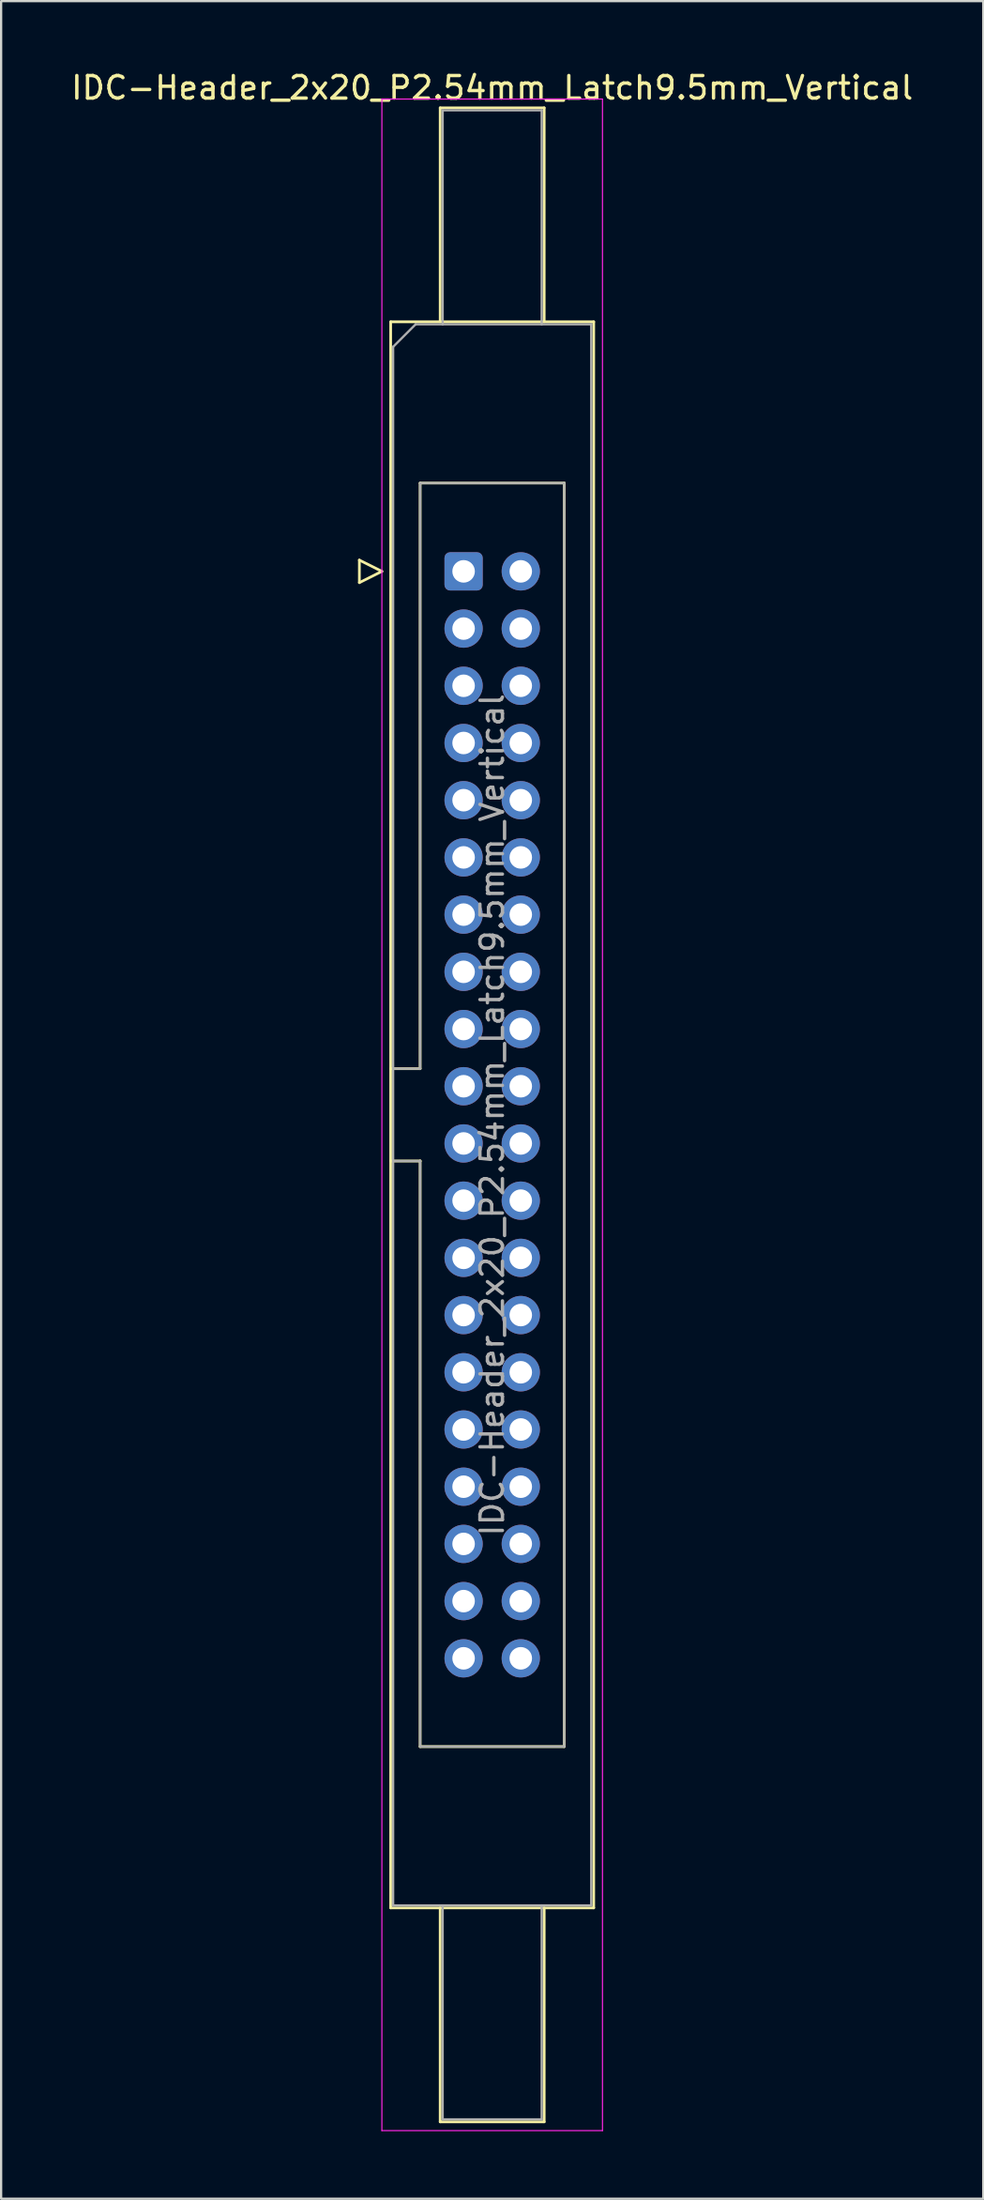
<source format=kicad_pcb>
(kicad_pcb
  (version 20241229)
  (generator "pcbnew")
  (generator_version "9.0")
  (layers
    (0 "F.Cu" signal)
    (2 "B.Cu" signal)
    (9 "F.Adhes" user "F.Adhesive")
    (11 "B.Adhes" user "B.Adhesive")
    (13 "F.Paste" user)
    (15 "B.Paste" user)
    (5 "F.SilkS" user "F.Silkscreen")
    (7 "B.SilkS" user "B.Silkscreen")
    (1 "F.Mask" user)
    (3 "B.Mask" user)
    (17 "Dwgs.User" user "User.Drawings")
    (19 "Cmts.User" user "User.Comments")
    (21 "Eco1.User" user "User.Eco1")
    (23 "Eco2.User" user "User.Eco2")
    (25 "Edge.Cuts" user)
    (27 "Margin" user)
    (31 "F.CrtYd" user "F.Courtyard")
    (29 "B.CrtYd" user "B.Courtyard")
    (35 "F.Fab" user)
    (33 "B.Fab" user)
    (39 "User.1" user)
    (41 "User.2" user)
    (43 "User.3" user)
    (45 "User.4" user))
  (footprint "IDC-Header_2x20_P2.54mm_Latch9.5mm_Vertical"
    (layer "F.Cu")
    (at 17.545 22.318)
    (property "Reference" "IDC-Header_2x20_P2.54mm_Latch9.5mm_Vertical" (at 1.27 -21.47 0) (layer "F.SilkS") (effects (font (size 1 1) (thickness 0.15))))
    (attr through_hole)
    (fp_line (start -4.63 -0.5) (end -4.63 0.5) (stroke (width 0.12) (type solid)) (layer "F.SilkS"))
    (fp_line (start -4.63 0.5) (end -3.63 0) (stroke (width 0.12) (type solid)) (layer "F.SilkS"))
    (fp_line (start -3.63 0) (end -4.63 -0.5) (stroke (width 0.12) (type solid)) (layer "F.SilkS"))
    (fp_line (start -3.24 -11.08) (end 5.78 -11.08) (stroke (width 0.12) (type solid)) (layer "F.SilkS"))
    (fp_line (start -3.24 22.08) (end -1.93 22.08) (stroke (width 0.12) (type solid)) (layer "F.SilkS"))
    (fp_line (start -3.24 59.34) (end -3.24 -11.08) (stroke (width 0.12) (type solid)) (layer "F.SilkS"))
    (fp_line (start -1.93 -3.92) (end 4.47 -3.92) (stroke (width 0.12) (type solid)) (layer "F.SilkS"))
    (fp_line (start -1.93 22.08) (end -1.93 -3.92) (stroke (width 0.12) (type solid)) (layer "F.SilkS"))
    (fp_line (start -1.93 26.18) (end -3.24 26.18) (stroke (width 0.12) (type solid)) (layer "F.SilkS"))
    (fp_line (start -1.93 26.18) (end -1.93 26.18) (stroke (width 0.12) (type solid)) (layer "F.SilkS"))
    (fp_line (start -1.93 52.18) (end -1.93 26.18) (stroke (width 0.12) (type solid)) (layer "F.SilkS"))
    (fp_line (start -1.04 -20.58) (end 3.58 -20.58) (stroke (width 0.12) (type solid)) (layer "F.SilkS"))
    (fp_line (start -1.04 -11.08) (end -1.04 -20.58) (stroke (width 0.12) (type solid)) (layer "F.SilkS"))
    (fp_line (start -1.04 59.34) (end -1.04 68.84) (stroke (width 0.12) (type solid)) (layer "F.SilkS"))
    (fp_line (start -1.04 68.84) (end 3.58 68.84) (stroke (width 0.12) (type solid)) (layer "F.SilkS"))
    (fp_line (start 3.58 -20.58) (end 3.58 -11.08) (stroke (width 0.12) (type solid)) (layer "F.SilkS"))
    (fp_line (start 3.58 68.84) (end 3.58 59.34) (stroke (width 0.12) (type solid)) (layer "F.SilkS"))
    (fp_line (start 4.47 -3.92) (end 4.47 52.18) (stroke (width 0.12) (type solid)) (layer "F.SilkS"))
    (fp_line (start 4.47 52.18) (end -1.93 52.18) (stroke (width 0.12) (type solid)) (layer "F.SilkS"))
    (fp_line (start 5.78 -11.08) (end 5.78 59.34) (stroke (width 0.12) (type solid)) (layer "F.SilkS"))
    (fp_line (start 5.78 59.34) (end -3.24 59.34) (stroke (width 0.12) (type solid)) (layer "F.SilkS"))
    (fp_line (start -3.63 -20.97) (end -3.63 69.23) (stroke (width 0.05) (type solid)) (layer "F.CrtYd"))
    (fp_line (start -3.63 69.23) (end 6.17 69.23) (stroke (width 0.05) (type solid)) (layer "F.CrtYd"))
    (fp_line (start 6.17 -20.97) (end -3.63 -20.97) (stroke (width 0.05) (type solid)) (layer "F.CrtYd"))
    (fp_line (start 6.17 69.23) (end 6.17 -20.97) (stroke (width 0.05) (type solid)) (layer "F.CrtYd"))
    (fp_line (start -3.13 -9.97) (end -2.13 -10.97) (stroke (width 0.1) (type solid)) (layer "F.Fab"))
    (fp_line (start -3.13 22.08) (end -1.93 22.08) (stroke (width 0.1) (type solid)) (layer "F.Fab"))
    (fp_line (start -3.13 59.23) (end -3.13 -9.97) (stroke (width 0.1) (type solid)) (layer "F.Fab"))
    (fp_line (start -2.13 -10.97) (end 5.67 -10.97) (stroke (width 0.1) (type solid)) (layer "F.Fab"))
    (fp_line (start -1.93 -3.92) (end 4.47 -3.92) (stroke (width 0.1) (type solid)) (layer "F.Fab"))
    (fp_line (start -1.93 22.08) (end -1.93 -3.92) (stroke (width 0.1) (type solid)) (layer "F.Fab"))
    (fp_line (start -1.93 26.18) (end -3.13 26.18) (stroke (width 0.1) (type solid)) (layer "F.Fab"))
    (fp_line (start -1.93 26.18) (end -1.93 26.18) (stroke (width 0.1) (type solid)) (layer "F.Fab"))
    (fp_line (start -1.93 52.18) (end -1.93 26.18) (stroke (width 0.1) (type solid)) (layer "F.Fab"))
    (fp_line (start -0.93 -20.47) (end 3.47 -20.47) (stroke (width 0.1) (type solid)) (layer "F.Fab"))
    (fp_line (start -0.93 -10.97) (end -0.93 -20.47) (stroke (width 0.1) (type solid)) (layer "F.Fab"))
    (fp_line (start -0.93 59.23) (end -0.93 68.73) (stroke (width 0.1) (type solid)) (layer "F.Fab"))
    (fp_line (start -0.93 68.73) (end 3.47 68.73) (stroke (width 0.1) (type solid)) (layer "F.Fab"))
    (fp_line (start 3.47 -20.47) (end 3.47 -10.97) (stroke (width 0.1) (type solid)) (layer "F.Fab"))
    (fp_line (start 3.47 68.73) (end 3.47 59.23) (stroke (width 0.1) (type solid)) (layer "F.Fab"))
    (fp_line (start 4.47 -3.92) (end 4.47 52.18) (stroke (width 0.1) (type solid)) (layer "F.Fab"))
    (fp_line (start 4.47 52.18) (end -1.93 52.18) (stroke (width 0.1) (type solid)) (layer "F.Fab"))
    (fp_line (start 5.67 -10.97) (end 5.67 59.23) (stroke (width 0.1) (type solid)) (layer "F.Fab"))
    (fp_line (start 5.67 59.23) (end -3.13 59.23) (stroke (width 0.1) (type solid)) (layer "F.Fab"))
    (fp_text user "${REFERENCE}" (at 1.27 24.13 90) (layer "F.Fab") (effects (font (size 1 1) (thickness 0.15))))
    (pad "1" thru_hole roundrect (at 0 0) (size 1.7 1.7) (drill 1) (layers "*.Cu" "*.Mask") (roundrect_rratio 0.147))
    (pad "2" thru_hole circle (at 2.54 0) (size 1.7 1.7) (drill 1) (layers "*.Cu" "*.Mask"))
    (pad "3" thru_hole circle (at 0 2.54) (size 1.7 1.7) (drill 1) (layers "*.Cu" "*.Mask"))
    (pad "4" thru_hole circle (at 2.54 2.54) (size 1.7 1.7) (drill 1) (layers "*.Cu" "*.Mask"))
    (pad "5" thru_hole circle (at 0 5.08) (size 1.7 1.7) (drill 1) (layers "*.Cu" "*.Mask"))
    (pad "6" thru_hole circle (at 2.54 5.08) (size 1.7 1.7) (drill 1) (layers "*.Cu" "*.Mask"))
    (pad "7" thru_hole circle (at 0 7.62) (size 1.7 1.7) (drill 1) (layers "*.Cu" "*.Mask"))
    (pad "8" thru_hole circle (at 2.54 7.62) (size 1.7 1.7) (drill 1) (layers "*.Cu" "*.Mask"))
    (pad "9" thru_hole circle (at 0 10.16) (size 1.7 1.7) (drill 1) (layers "*.Cu" "*.Mask"))
    (pad "10" thru_hole circle (at 2.54 10.16) (size 1.7 1.7) (drill 1) (layers "*.Cu" "*.Mask"))
    (pad "11" thru_hole circle (at 0 12.7) (size 1.7 1.7) (drill 1) (layers "*.Cu" "*.Mask"))
    (pad "12" thru_hole circle (at 2.54 12.7) (size 1.7 1.7) (drill 1) (layers "*.Cu" "*.Mask"))
    (pad "13" thru_hole circle (at 0 15.24) (size 1.7 1.7) (drill 1) (layers "*.Cu" "*.Mask"))
    (pad "14" thru_hole circle (at 2.54 15.24) (size 1.7 1.7) (drill 1) (layers "*.Cu" "*.Mask"))
    (pad "15" thru_hole circle (at 0 17.78) (size 1.7 1.7) (drill 1) (layers "*.Cu" "*.Mask"))
    (pad "16" thru_hole circle (at 2.54 17.78) (size 1.7 1.7) (drill 1) (layers "*.Cu" "*.Mask"))
    (pad "17" thru_hole circle (at 0 20.32) (size 1.7 1.7) (drill 1) (layers "*.Cu" "*.Mask"))
    (pad "18" thru_hole circle (at 2.54 20.32) (size 1.7 1.7) (drill 1) (layers "*.Cu" "*.Mask"))
    (pad "19" thru_hole circle (at 0 22.86) (size 1.7 1.7) (drill 1) (layers "*.Cu" "*.Mask"))
    (pad "20" thru_hole circle (at 2.54 22.86) (size 1.7 1.7) (drill 1) (layers "*.Cu" "*.Mask"))
    (pad "21" thru_hole circle (at 0 25.4) (size 1.7 1.7) (drill 1) (layers "*.Cu" "*.Mask"))
    (pad "22" thru_hole circle (at 2.54 25.4) (size 1.7 1.7) (drill 1) (layers "*.Cu" "*.Mask"))
    (pad "23" thru_hole circle (at 0 27.94) (size 1.7 1.7) (drill 1) (layers "*.Cu" "*.Mask"))
    (pad "24" thru_hole circle (at 2.54 27.94) (size 1.7 1.7) (drill 1) (layers "*.Cu" "*.Mask"))
    (pad "25" thru_hole circle (at 0 30.48) (size 1.7 1.7) (drill 1) (layers "*.Cu" "*.Mask"))
    (pad "26" thru_hole circle (at 2.54 30.48) (size 1.7 1.7) (drill 1) (layers "*.Cu" "*.Mask"))
    (pad "27" thru_hole circle (at 0 33.02) (size 1.7 1.7) (drill 1) (layers "*.Cu" "*.Mask"))
    (pad "28" thru_hole circle (at 2.54 33.02) (size 1.7 1.7) (drill 1) (layers "*.Cu" "*.Mask"))
    (pad "29" thru_hole circle (at 0 35.56) (size 1.7 1.7) (drill 1) (layers "*.Cu" "*.Mask"))
    (pad "30" thru_hole circle (at 2.54 35.56) (size 1.7 1.7) (drill 1) (layers "*.Cu" "*.Mask"))
    (pad "31" thru_hole circle (at 0 38.1) (size 1.7 1.7) (drill 1) (layers "*.Cu" "*.Mask"))
    (pad "32" thru_hole circle (at 2.54 38.1) (size 1.7 1.7) (drill 1) (layers "*.Cu" "*.Mask"))
    (pad "33" thru_hole circle (at 0 40.64) (size 1.7 1.7) (drill 1) (layers "*.Cu" "*.Mask"))
    (pad "34" thru_hole circle (at 2.54 40.64) (size 1.7 1.7) (drill 1) (layers "*.Cu" "*.Mask"))
    (pad "35" thru_hole circle (at 0 43.18) (size 1.7 1.7) (drill 1) (layers "*.Cu" "*.Mask"))
    (pad "36" thru_hole circle (at 2.54 43.18) (size 1.7 1.7) (drill 1) (layers "*.Cu" "*.Mask"))
    (pad "37" thru_hole circle (at 0 45.72) (size 1.7 1.7) (drill 1) (layers "*.Cu" "*.Mask"))
    (pad "38" thru_hole circle (at 2.54 45.72) (size 1.7 1.7) (drill 1) (layers "*.Cu" "*.Mask"))
    (pad "39" thru_hole circle (at 0 48.26) (size 1.7 1.7) (drill 1) (layers "*.Cu" "*.Mask"))
    (pad "40" thru_hole circle (at 2.54 48.26) (size 1.7 1.7) (drill 1) (layers "*.Cu" "*.Mask")))
  (gr_rect
    (start -3 -3)
    (end 40.631 94.573)
    (stroke (width 0.1) (type default))
    (fill no)
    (layer "Edge.Cuts")))
</source>
